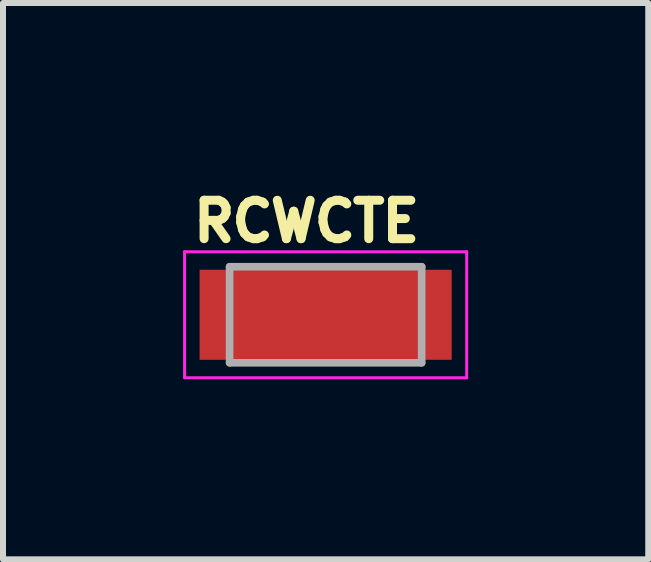
<source format=kicad_pcb>
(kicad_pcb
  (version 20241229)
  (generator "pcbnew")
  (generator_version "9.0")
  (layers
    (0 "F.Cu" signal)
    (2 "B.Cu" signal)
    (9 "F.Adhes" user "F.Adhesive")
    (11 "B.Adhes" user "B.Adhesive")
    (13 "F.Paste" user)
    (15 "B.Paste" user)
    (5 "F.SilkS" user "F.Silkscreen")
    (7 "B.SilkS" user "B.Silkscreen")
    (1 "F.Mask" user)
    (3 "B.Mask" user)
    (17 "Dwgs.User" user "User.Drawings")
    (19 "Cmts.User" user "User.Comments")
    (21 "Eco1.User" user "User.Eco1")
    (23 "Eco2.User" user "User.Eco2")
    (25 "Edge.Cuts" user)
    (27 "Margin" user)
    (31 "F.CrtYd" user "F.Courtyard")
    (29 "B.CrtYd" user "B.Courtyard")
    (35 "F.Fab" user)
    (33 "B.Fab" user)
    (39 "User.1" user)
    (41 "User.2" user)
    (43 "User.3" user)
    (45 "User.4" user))
  (footprint "RCWCTE"
    (layer "F.Cu")
    (at 2.375 2.194)
    (property "Reference" "RCWCTE" (at -0.318 -1.556 0) (layer "F.SilkS") (effects (font (size 0.64 0.64) (thickness 0.15))))
    (attr smd)
    (fp_line (start -2.35 -1.05) (end -2.35 1.05) (stroke (width 0.05) (type solid)) (layer "F.CrtYd"))
    (fp_line (start -2.35 1.05) (end 2.35 1.05) (stroke (width 0.05) (type solid)) (layer "F.CrtYd"))
    (fp_line (start 2.35 -1.05) (end -2.35 -1.05) (stroke (width 0.05) (type solid)) (layer "F.CrtYd"))
    (fp_line (start 2.35 1.05) (end 2.35 -1.05) (stroke (width 0.05) (type solid)) (layer "F.CrtYd"))
    (fp_line (start -1.6 -0.8) (end 1.6 -0.8) (stroke (width 0.127) (type solid)) (layer "F.Fab"))
    (fp_line (start -1.6 0.8) (end -1.6 -0.8) (stroke (width 0.127) (type solid)) (layer "F.Fab"))
    (fp_line (start 1.6 -0.8) (end 1.6 0.8) (stroke (width 0.127) (type solid)) (layer "F.Fab"))
    (fp_line (start 1.6 0.8) (end -1.6 0.8) (stroke (width 0.127) (type solid)) (layer "F.Fab"))
    (pad "1" smd rect (at 0 0) (size 4.2 1.5) (layers "F.Cu" "F.Mask" "F.Paste")))
  (gr_rect
    (start -3 -3)
    (end 7.75 6.269)
    (stroke (width 0.1) (type default))
    (fill no)
    (layer "Edge.Cuts")))
</source>
